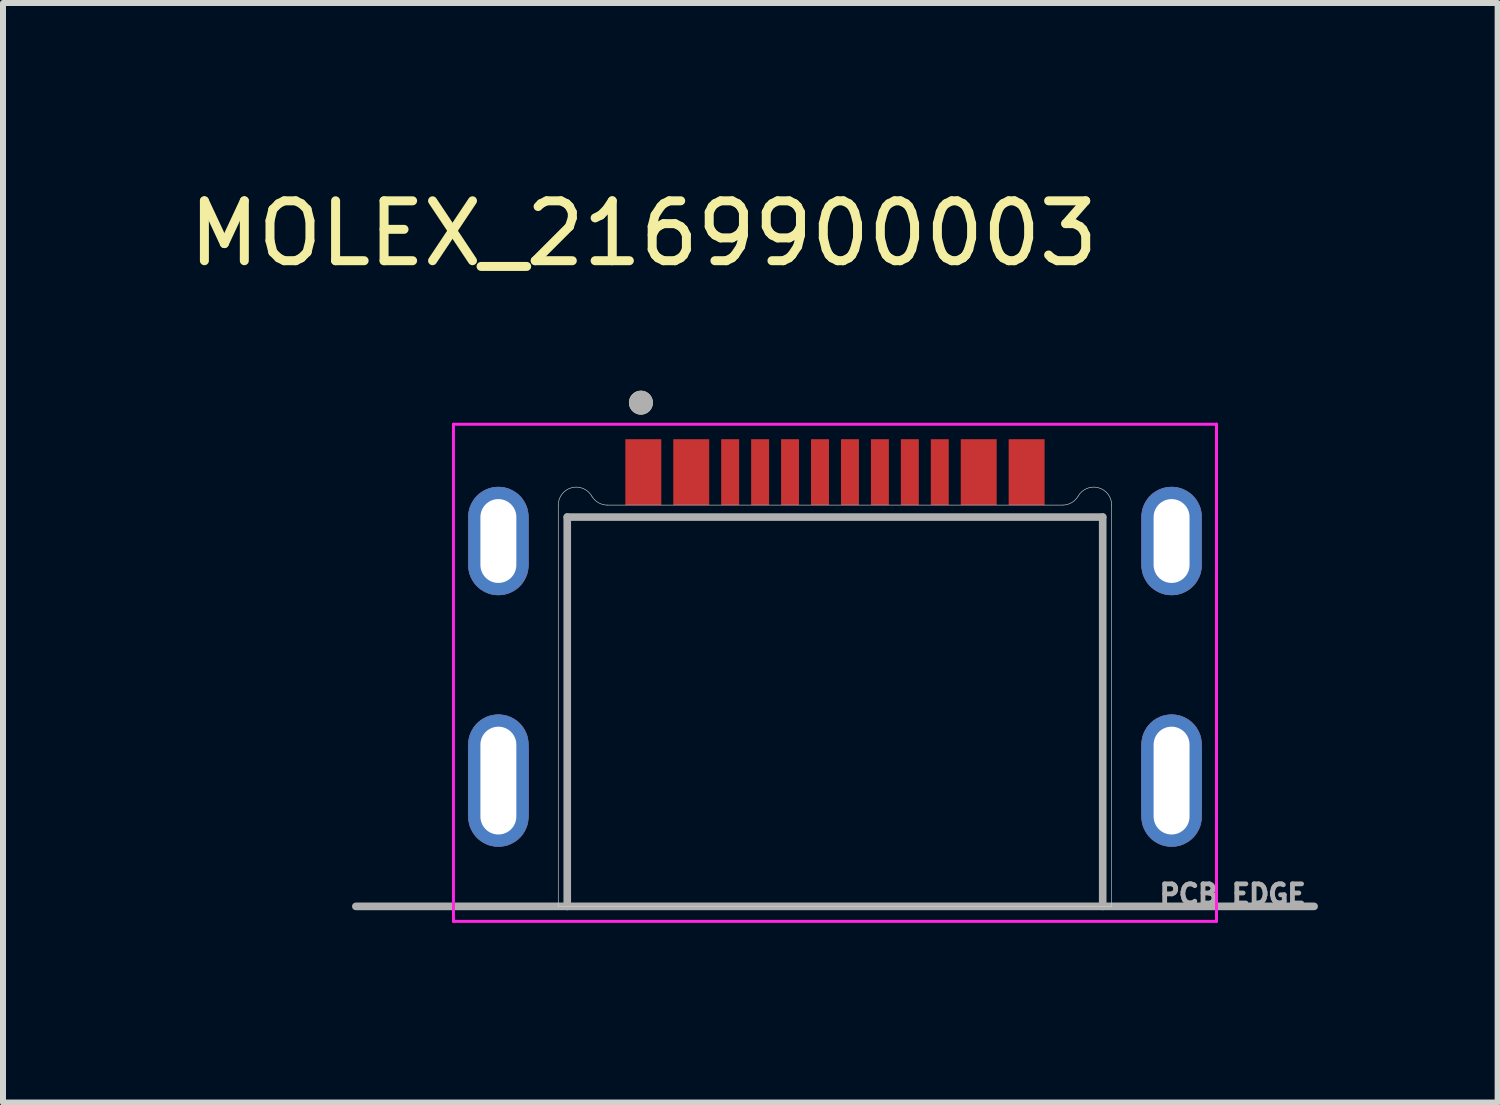
<source format=kicad_pcb>
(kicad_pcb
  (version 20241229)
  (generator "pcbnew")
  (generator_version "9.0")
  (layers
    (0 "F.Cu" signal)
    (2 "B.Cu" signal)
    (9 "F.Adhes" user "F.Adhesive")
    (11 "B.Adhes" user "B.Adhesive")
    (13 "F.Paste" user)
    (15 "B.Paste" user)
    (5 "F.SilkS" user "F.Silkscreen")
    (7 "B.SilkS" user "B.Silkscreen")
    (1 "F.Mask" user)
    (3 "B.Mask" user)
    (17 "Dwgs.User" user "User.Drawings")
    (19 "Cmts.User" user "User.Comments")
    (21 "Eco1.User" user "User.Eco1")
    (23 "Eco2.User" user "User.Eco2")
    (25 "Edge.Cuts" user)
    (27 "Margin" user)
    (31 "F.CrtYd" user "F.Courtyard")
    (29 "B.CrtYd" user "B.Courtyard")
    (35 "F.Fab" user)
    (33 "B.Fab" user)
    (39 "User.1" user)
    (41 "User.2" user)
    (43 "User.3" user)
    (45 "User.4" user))
  (footprint "MOLEX_2169900003"
    (layer "F.Cu")
    (at 10.891 9.983)
    (property "Reference" "MOLEX_2169900003" (at -3.195 -9.135 0) (layer "F.SilkS") (effects (font (size 1 1) (thickness 0.15))))
    (attr smd)
    (fp_poly (pts (xy -6.12 -0.6) (xy -6.12 0.6) (xy -6.117 0.652) (xy -6.109 0.704) (xy -6.096 0.755) (xy -6.077 0.803) (xy -6.053 0.85) (xy -6.025 0.894) (xy -5.992 0.935) (xy -5.955 0.972) (xy -5.914 1.005) (xy -5.87 1.033) (xy -5.823 1.057) (xy -5.775 1.076) (xy -5.724 1.089) (xy -5.672 1.097) (xy -5.62 1.1) (xy -5.568 1.097) (xy -5.516 1.089) (xy -5.465 1.076) (xy -5.417 1.057) (xy -5.37 1.033) (xy -5.326 1.005) (xy -5.285 0.972) (xy -5.248 0.935) (xy -5.215 0.894) (xy -5.187 0.85) (xy -5.163 0.803) (xy -5.144 0.755) (xy -5.131 0.704) (xy -5.123 0.652) (xy -5.12 0.6) (xy -5.12 -0.6) (xy -5.123 -0.652) (xy -5.131 -0.704) (xy -5.144 -0.755) (xy -5.163 -0.803) (xy -5.187 -0.85) (xy -5.215 -0.894) (xy -5.248 -0.935) (xy -5.285 -0.972) (xy -5.326 -1.005) (xy -5.37 -1.033) (xy -5.417 -1.057) (xy -5.465 -1.076) (xy -5.516 -1.089) (xy -5.568 -1.097) (xy -5.62 -1.1) (xy -5.672 -1.097) (xy -5.724 -1.089) (xy -5.775 -1.076) (xy -5.823 -1.057) (xy -5.87 -1.033) (xy -5.914 -1.005) (xy -5.955 -0.972) (xy -5.992 -0.935) (xy -6.025 -0.894) (xy -6.053 -0.85) (xy -6.077 -0.803) (xy -6.096 -0.755) (xy -6.109 -0.704) (xy -6.117 -0.652) (xy -6.12 -0.6)) (stroke (width 0.01) (type solid)) (fill yes) (layer "F.Cu"))
    (fp_poly (pts (xy -5.12 -3.6) (xy -5.123 -3.548) (xy -5.131 -3.496) (xy -5.144 -3.445) (xy -5.163 -3.397) (xy -5.187 -3.35) (xy -5.215 -3.306) (xy -5.248 -3.265) (xy -5.285 -3.228) (xy -5.326 -3.195) (xy -5.37 -3.167) (xy -5.417 -3.143) (xy -5.465 -3.124) (xy -5.516 -3.111) (xy -5.568 -3.103) (xy -5.62 -3.1) (xy -5.672 -3.103) (xy -5.724 -3.111) (xy -5.775 -3.124) (xy -5.823 -3.143) (xy -5.87 -3.167) (xy -5.914 -3.195) (xy -5.955 -3.228) (xy -5.992 -3.265) (xy -6.025 -3.306) (xy -6.053 -3.35) (xy -6.077 -3.397) (xy -6.096 -3.445) (xy -6.109 -3.496) (xy -6.117 -3.548) (xy -6.12 -3.6) (xy -6.12 -4.4) (xy -6.117 -4.452) (xy -6.109 -4.504) (xy -6.096 -4.555) (xy -6.077 -4.603) (xy -6.053 -4.65) (xy -6.025 -4.694) (xy -5.992 -4.735) (xy -5.955 -4.772) (xy -5.914 -4.805) (xy -5.87 -4.833) (xy -5.823 -4.857) (xy -5.775 -4.876) (xy -5.724 -4.889) (xy -5.672 -4.897) (xy -5.62 -4.9) (xy -5.568 -4.897) (xy -5.516 -4.889) (xy -5.465 -4.876) (xy -5.417 -4.857) (xy -5.37 -4.833) (xy -5.326 -4.805) (xy -5.285 -4.772) (xy -5.248 -4.735) (xy -5.215 -4.694) (xy -5.187 -4.65) (xy -5.163 -4.603) (xy -5.144 -4.555) (xy -5.131 -4.504) (xy -5.123 -4.452) (xy -5.12 -4.4) (xy -5.12 -3.6)) (stroke (width 0.01) (type solid)) (fill yes) (layer "F.Cu"))
    (fp_poly (pts (xy 5.12 -4.4) (xy 5.12 -3.6) (xy 5.123 -3.548) (xy 5.131 -3.496) (xy 5.144 -3.445) (xy 5.163 -3.397) (xy 5.187 -3.35) (xy 5.215 -3.306) (xy 5.248 -3.265) (xy 5.285 -3.228) (xy 5.326 -3.195) (xy 5.37 -3.167) (xy 5.417 -3.143) (xy 5.465 -3.124) (xy 5.516 -3.111) (xy 5.568 -3.103) (xy 5.62 -3.1) (xy 5.672 -3.103) (xy 5.724 -3.111) (xy 5.775 -3.124) (xy 5.823 -3.143) (xy 5.87 -3.167) (xy 5.914 -3.195) (xy 5.955 -3.228) (xy 5.992 -3.265) (xy 6.025 -3.306) (xy 6.053 -3.35) (xy 6.077 -3.397) (xy 6.096 -3.445) (xy 6.109 -3.496) (xy 6.117 -3.548) (xy 6.12 -3.6) (xy 6.12 -4.4) (xy 6.117 -4.452) (xy 6.109 -4.504) (xy 6.096 -4.555) (xy 6.077 -4.603) (xy 6.053 -4.65) (xy 6.025 -4.694) (xy 5.992 -4.735) (xy 5.955 -4.772) (xy 5.914 -4.805) (xy 5.87 -4.833) (xy 5.823 -4.857) (xy 5.775 -4.876) (xy 5.724 -4.889) (xy 5.672 -4.897) (xy 5.62 -4.9) (xy 5.568 -4.897) (xy 5.516 -4.889) (xy 5.465 -4.876) (xy 5.417 -4.857) (xy 5.37 -4.833) (xy 5.326 -4.805) (xy 5.285 -4.772) (xy 5.248 -4.735) (xy 5.215 -4.694) (xy 5.187 -4.65) (xy 5.163 -4.603) (xy 5.144 -4.555) (xy 5.131 -4.504) (xy 5.123 -4.452) (xy 5.12 -4.4)) (stroke (width 0.01) (type solid)) (fill yes) (layer "F.Cu"))
    (fp_poly (pts (xy 5.12 -0.6) (xy 5.12 0.6) (xy 5.123 0.652) (xy 5.131 0.704) (xy 5.144 0.755) (xy 5.163 0.803) (xy 5.187 0.85) (xy 5.215 0.894) (xy 5.248 0.935) (xy 5.285 0.972) (xy 5.326 1.005) (xy 5.37 1.033) (xy 5.417 1.057) (xy 5.465 1.076) (xy 5.516 1.089) (xy 5.568 1.097) (xy 5.62 1.1) (xy 5.672 1.097) (xy 5.724 1.089) (xy 5.775 1.076) (xy 5.823 1.057) (xy 5.87 1.033) (xy 5.914 1.005) (xy 5.955 0.972) (xy 5.992 0.935) (xy 6.025 0.894) (xy 6.053 0.85) (xy 6.077 0.803) (xy 6.096 0.755) (xy 6.109 0.704) (xy 6.117 0.652) (xy 6.12 0.6) (xy 6.12 -0.6) (xy 6.117 -0.652) (xy 6.109 -0.704) (xy 6.096 -0.755) (xy 6.077 -0.803) (xy 6.053 -0.85) (xy 6.025 -0.894) (xy 5.992 -0.935) (xy 5.955 -0.972) (xy 5.914 -1.005) (xy 5.87 -1.033) (xy 5.823 -1.057) (xy 5.775 -1.076) (xy 5.724 -1.089) (xy 5.672 -1.097) (xy 5.62 -1.1) (xy 5.568 -1.097) (xy 5.516 -1.089) (xy 5.465 -1.076) (xy 5.417 -1.057) (xy 5.37 -1.033) (xy 5.326 -1.005) (xy 5.285 -0.972) (xy 5.248 -0.935) (xy 5.215 -0.894) (xy 5.187 -0.85) (xy 5.163 -0.803) (xy 5.144 -0.755) (xy 5.131 -0.704) (xy 5.123 -0.652) (xy 5.12 -0.6)) (stroke (width 0.01) (type solid)) (fill yes) (layer "F.Cu"))
    (fp_poly (pts (xy -6.22 -4.4) (xy -6.22 -3.6) (xy -6.217 -3.537) (xy -6.207 -3.475) (xy -6.191 -3.415) (xy -6.168 -3.356) (xy -6.14 -3.3) (xy -6.105 -3.247) (xy -6.066 -3.199) (xy -6.021 -3.154) (xy -5.973 -3.115) (xy -5.92 -3.08) (xy -5.864 -3.052) (xy -5.805 -3.029) (xy -5.745 -3.013) (xy -5.683 -3.003) (xy -5.62 -3) (xy -5.557 -3.003) (xy -5.495 -3.013) (xy -5.435 -3.029) (xy -5.376 -3.052) (xy -5.32 -3.08) (xy -5.267 -3.115) (xy -5.219 -3.154) (xy -5.174 -3.199) (xy -5.135 -3.247) (xy -5.1 -3.3) (xy -5.072 -3.356) (xy -5.049 -3.415) (xy -5.033 -3.475) (xy -5.023 -3.537) (xy -5.02 -3.6) (xy -5.02 -4.4) (xy -5.023 -4.463) (xy -5.033 -4.525) (xy -5.049 -4.585) (xy -5.072 -4.644) (xy -5.1 -4.7) (xy -5.135 -4.753) (xy -5.174 -4.801) (xy -5.219 -4.846) (xy -5.267 -4.885) (xy -5.32 -4.92) (xy -5.376 -4.948) (xy -5.435 -4.971) (xy -5.495 -4.987) (xy -5.557 -4.997) (xy -5.62 -5) (xy -5.683 -4.997) (xy -5.745 -4.987) (xy -5.805 -4.971) (xy -5.864 -4.948) (xy -5.92 -4.92) (xy -5.973 -4.885) (xy -6.021 -4.846) (xy -6.066 -4.801) (xy -6.105 -4.753) (xy -6.14 -4.7) (xy -6.168 -4.644) (xy -6.191 -4.585) (xy -6.207 -4.525) (xy -6.217 -4.463) (xy -6.22 -4.4)) (stroke (width 0.01) (type solid)) (fill yes) (layer "F.Mask"))
    (fp_poly (pts (xy -5.02 0.6) (xy -5.023 0.663) (xy -5.033 0.725) (xy -5.049 0.785) (xy -5.072 0.844) (xy -5.1 0.9) (xy -5.135 0.953) (xy -5.174 1.001) (xy -5.219 1.046) (xy -5.267 1.085) (xy -5.32 1.12) (xy -5.376 1.148) (xy -5.435 1.171) (xy -5.495 1.187) (xy -5.557 1.197) (xy -5.62 1.2) (xy -5.683 1.197) (xy -5.745 1.187) (xy -5.805 1.171) (xy -5.864 1.148) (xy -5.92 1.12) (xy -5.973 1.085) (xy -6.021 1.046) (xy -6.066 1.001) (xy -6.105 0.953) (xy -6.14 0.9) (xy -6.168 0.844) (xy -6.191 0.785) (xy -6.207 0.725) (xy -6.217 0.663) (xy -6.22 0.6) (xy -6.22 -0.6) (xy -6.217 -0.663) (xy -6.207 -0.725) (xy -6.191 -0.785) (xy -6.168 -0.844) (xy -6.14 -0.9) (xy -6.105 -0.953) (xy -6.066 -1.001) (xy -6.021 -1.046) (xy -5.973 -1.085) (xy -5.92 -1.12) (xy -5.864 -1.148) (xy -5.805 -1.171) (xy -5.745 -1.187) (xy -5.683 -1.197) (xy -5.62 -1.2) (xy -5.557 -1.197) (xy -5.495 -1.187) (xy -5.435 -1.171) (xy -5.376 -1.148) (xy -5.32 -1.12) (xy -5.267 -1.085) (xy -5.219 -1.046) (xy -5.174 -1.001) (xy -5.135 -0.953) (xy -5.1 -0.9) (xy -5.072 -0.844) (xy -5.049 -0.785) (xy -5.033 -0.725) (xy -5.023 -0.663) (xy -5.02 -0.6) (xy -5.02 0.6)) (stroke (width 0.01) (type solid)) (fill yes) (layer "F.Mask"))
    (fp_poly (pts (xy 5.02 -0.6) (xy 5.02 0.6) (xy 5.023 0.663) (xy 5.033 0.725) (xy 5.049 0.785) (xy 5.072 0.844) (xy 5.1 0.9) (xy 5.135 0.953) (xy 5.174 1.001) (xy 5.219 1.046) (xy 5.267 1.085) (xy 5.32 1.12) (xy 5.376 1.148) (xy 5.435 1.171) (xy 5.495 1.187) (xy 5.557 1.197) (xy 5.62 1.2) (xy 5.683 1.197) (xy 5.745 1.187) (xy 5.805 1.171) (xy 5.864 1.148) (xy 5.92 1.12) (xy 5.973 1.085) (xy 6.021 1.046) (xy 6.066 1.001) (xy 6.105 0.953) (xy 6.14 0.9) (xy 6.168 0.844) (xy 6.191 0.785) (xy 6.207 0.725) (xy 6.217 0.663) (xy 6.22 0.6) (xy 6.22 -0.6) (xy 6.217 -0.663) (xy 6.207 -0.725) (xy 6.191 -0.785) (xy 6.168 -0.844) (xy 6.14 -0.9) (xy 6.105 -0.953) (xy 6.066 -1.001) (xy 6.021 -1.046) (xy 5.973 -1.085) (xy 5.92 -1.12) (xy 5.864 -1.148) (xy 5.805 -1.171) (xy 5.745 -1.187) (xy 5.683 -1.197) (xy 5.62 -1.2) (xy 5.557 -1.197) (xy 5.495 -1.187) (xy 5.435 -1.171) (xy 5.376 -1.148) (xy 5.32 -1.12) (xy 5.267 -1.085) (xy 5.219 -1.046) (xy 5.174 -1.001) (xy 5.135 -0.953) (xy 5.1 -0.9) (xy 5.072 -0.844) (xy 5.049 -0.785) (xy 5.033 -0.725) (xy 5.023 -0.663) (xy 5.02 -0.6)) (stroke (width 0.01) (type solid)) (fill yes) (layer "F.Mask"))
    (fp_poly (pts (xy 6.22 -3.6) (xy 6.217 -3.537) (xy 6.207 -3.475) (xy 6.191 -3.415) (xy 6.168 -3.356) (xy 6.14 -3.3) (xy 6.105 -3.247) (xy 6.066 -3.199) (xy 6.021 -3.154) (xy 5.973 -3.115) (xy 5.92 -3.08) (xy 5.864 -3.052) (xy 5.805 -3.029) (xy 5.745 -3.013) (xy 5.683 -3.003) (xy 5.62 -3) (xy 5.557 -3.003) (xy 5.495 -3.013) (xy 5.435 -3.029) (xy 5.376 -3.052) (xy 5.32 -3.08) (xy 5.267 -3.115) (xy 5.219 -3.154) (xy 5.174 -3.199) (xy 5.135 -3.247) (xy 5.1 -3.3) (xy 5.072 -3.356) (xy 5.049 -3.415) (xy 5.033 -3.475) (xy 5.023 -3.537) (xy 5.02 -3.6) (xy 5.02 -4.4) (xy 5.023 -4.463) (xy 5.033 -4.525) (xy 5.049 -4.585) (xy 5.072 -4.644) (xy 5.1 -4.7) (xy 5.135 -4.753) (xy 5.174 -4.801) (xy 5.219 -4.846) (xy 5.267 -4.885) (xy 5.32 -4.92) (xy 5.376 -4.948) (xy 5.435 -4.971) (xy 5.495 -4.987) (xy 5.557 -4.997) (xy 5.62 -5) (xy 5.683 -4.997) (xy 5.745 -4.987) (xy 5.805 -4.971) (xy 5.864 -4.948) (xy 5.92 -4.92) (xy 5.973 -4.885) (xy 6.021 -4.846) (xy 6.066 -4.801) (xy 6.105 -4.753) (xy 6.14 -4.7) (xy 6.168 -4.644) (xy 6.191 -4.585) (xy 6.207 -4.525) (xy 6.217 -4.463) (xy 6.22 -4.4) (xy 6.22 -3.6)) (stroke (width 0.01) (type solid)) (fill yes) (layer "F.Mask"))
    (fp_poly (pts (xy -6.12 -0.6) (xy -6.12 0.6) (xy -6.117 0.652) (xy -6.109 0.704) (xy -6.096 0.755) (xy -6.077 0.803) (xy -6.053 0.85) (xy -6.025 0.894) (xy -5.992 0.935) (xy -5.955 0.972) (xy -5.914 1.005) (xy -5.87 1.033) (xy -5.823 1.057) (xy -5.775 1.076) (xy -5.724 1.089) (xy -5.672 1.097) (xy -5.62 1.1) (xy -5.568 1.097) (xy -5.516 1.089) (xy -5.465 1.076) (xy -5.417 1.057) (xy -5.37 1.033) (xy -5.326 1.005) (xy -5.285 0.972) (xy -5.248 0.935) (xy -5.215 0.894) (xy -5.187 0.85) (xy -5.163 0.803) (xy -5.144 0.755) (xy -5.131 0.704) (xy -5.123 0.652) (xy -5.12 0.6) (xy -5.12 -0.6) (xy -5.123 -0.652) (xy -5.131 -0.704) (xy -5.144 -0.755) (xy -5.163 -0.803) (xy -5.187 -0.85) (xy -5.215 -0.894) (xy -5.248 -0.935) (xy -5.285 -0.972) (xy -5.326 -1.005) (xy -5.37 -1.033) (xy -5.417 -1.057) (xy -5.465 -1.076) (xy -5.516 -1.089) (xy -5.568 -1.097) (xy -5.62 -1.1) (xy -5.672 -1.097) (xy -5.724 -1.089) (xy -5.775 -1.076) (xy -5.823 -1.057) (xy -5.87 -1.033) (xy -5.914 -1.005) (xy -5.955 -0.972) (xy -5.992 -0.935) (xy -6.025 -0.894) (xy -6.053 -0.85) (xy -6.077 -0.803) (xy -6.096 -0.755) (xy -6.109 -0.704) (xy -6.117 -0.652) (xy -6.12 -0.6)) (stroke (width 0.01) (type solid)) (fill yes) (layer "B.Cu"))
    (fp_poly (pts (xy -5.12 -3.6) (xy -5.123 -3.548) (xy -5.131 -3.496) (xy -5.144 -3.445) (xy -5.163 -3.397) (xy -5.187 -3.35) (xy -5.215 -3.306) (xy -5.248 -3.265) (xy -5.285 -3.228) (xy -5.326 -3.195) (xy -5.37 -3.167) (xy -5.417 -3.143) (xy -5.465 -3.124) (xy -5.516 -3.111) (xy -5.568 -3.103) (xy -5.62 -3.1) (xy -5.672 -3.103) (xy -5.724 -3.111) (xy -5.775 -3.124) (xy -5.823 -3.143) (xy -5.87 -3.167) (xy -5.914 -3.195) (xy -5.955 -3.228) (xy -5.992 -3.265) (xy -6.025 -3.306) (xy -6.053 -3.35) (xy -6.077 -3.397) (xy -6.096 -3.445) (xy -6.109 -3.496) (xy -6.117 -3.548) (xy -6.12 -3.6) (xy -6.12 -4.4) (xy -6.117 -4.452) (xy -6.109 -4.504) (xy -6.096 -4.555) (xy -6.077 -4.603) (xy -6.053 -4.65) (xy -6.025 -4.694) (xy -5.992 -4.735) (xy -5.955 -4.772) (xy -5.914 -4.805) (xy -5.87 -4.833) (xy -5.823 -4.857) (xy -5.775 -4.876) (xy -5.724 -4.889) (xy -5.672 -4.897) (xy -5.62 -4.9) (xy -5.568 -4.897) (xy -5.516 -4.889) (xy -5.465 -4.876) (xy -5.417 -4.857) (xy -5.37 -4.833) (xy -5.326 -4.805) (xy -5.285 -4.772) (xy -5.248 -4.735) (xy -5.215 -4.694) (xy -5.187 -4.65) (xy -5.163 -4.603) (xy -5.144 -4.555) (xy -5.131 -4.504) (xy -5.123 -4.452) (xy -5.12 -4.4) (xy -5.12 -3.6)) (stroke (width 0.01) (type solid)) (fill yes) (layer "B.Cu"))
    (fp_poly (pts (xy 5.12 -4.4) (xy 5.12 -3.6) (xy 5.123 -3.548) (xy 5.131 -3.496) (xy 5.144 -3.445) (xy 5.163 -3.397) (xy 5.187 -3.35) (xy 5.215 -3.306) (xy 5.248 -3.265) (xy 5.285 -3.228) (xy 5.326 -3.195) (xy 5.37 -3.167) (xy 5.417 -3.143) (xy 5.465 -3.124) (xy 5.516 -3.111) (xy 5.568 -3.103) (xy 5.62 -3.1) (xy 5.672 -3.103) (xy 5.724 -3.111) (xy 5.775 -3.124) (xy 5.823 -3.143) (xy 5.87 -3.167) (xy 5.914 -3.195) (xy 5.955 -3.228) (xy 5.992 -3.265) (xy 6.025 -3.306) (xy 6.053 -3.35) (xy 6.077 -3.397) (xy 6.096 -3.445) (xy 6.109 -3.496) (xy 6.117 -3.548) (xy 6.12 -3.6) (xy 6.12 -4.4) (xy 6.117 -4.452) (xy 6.109 -4.504) (xy 6.096 -4.555) (xy 6.077 -4.603) (xy 6.053 -4.65) (xy 6.025 -4.694) (xy 5.992 -4.735) (xy 5.955 -4.772) (xy 5.914 -4.805) (xy 5.87 -4.833) (xy 5.823 -4.857) (xy 5.775 -4.876) (xy 5.724 -4.889) (xy 5.672 -4.897) (xy 5.62 -4.9) (xy 5.568 -4.897) (xy 5.516 -4.889) (xy 5.465 -4.876) (xy 5.417 -4.857) (xy 5.37 -4.833) (xy 5.326 -4.805) (xy 5.285 -4.772) (xy 5.248 -4.735) (xy 5.215 -4.694) (xy 5.187 -4.65) (xy 5.163 -4.603) (xy 5.144 -4.555) (xy 5.131 -4.504) (xy 5.123 -4.452) (xy 5.12 -4.4)) (stroke (width 0.01) (type solid)) (fill yes) (layer "B.Cu"))
    (fp_poly (pts (xy 5.12 -0.6) (xy 5.12 0.6) (xy 5.123 0.652) (xy 5.131 0.704) (xy 5.144 0.755) (xy 5.163 0.803) (xy 5.187 0.85) (xy 5.215 0.894) (xy 5.248 0.935) (xy 5.285 0.972) (xy 5.326 1.005) (xy 5.37 1.033) (xy 5.417 1.057) (xy 5.465 1.076) (xy 5.516 1.089) (xy 5.568 1.097) (xy 5.62 1.1) (xy 5.672 1.097) (xy 5.724 1.089) (xy 5.775 1.076) (xy 5.823 1.057) (xy 5.87 1.033) (xy 5.914 1.005) (xy 5.955 0.972) (xy 5.992 0.935) (xy 6.025 0.894) (xy 6.053 0.85) (xy 6.077 0.803) (xy 6.096 0.755) (xy 6.109 0.704) (xy 6.117 0.652) (xy 6.12 0.6) (xy 6.12 -0.6) (xy 6.117 -0.652) (xy 6.109 -0.704) (xy 6.096 -0.755) (xy 6.077 -0.803) (xy 6.053 -0.85) (xy 6.025 -0.894) (xy 5.992 -0.935) (xy 5.955 -0.972) (xy 5.914 -1.005) (xy 5.87 -1.033) (xy 5.823 -1.057) (xy 5.775 -1.076) (xy 5.724 -1.089) (xy 5.672 -1.097) (xy 5.62 -1.1) (xy 5.568 -1.097) (xy 5.516 -1.089) (xy 5.465 -1.076) (xy 5.417 -1.057) (xy 5.37 -1.033) (xy 5.326 -1.005) (xy 5.285 -0.972) (xy 5.248 -0.935) (xy 5.215 -0.894) (xy 5.187 -0.85) (xy 5.163 -0.803) (xy 5.144 -0.755) (xy 5.131 -0.704) (xy 5.123 -0.652) (xy 5.12 -0.6)) (stroke (width 0.01) (type solid)) (fill yes) (layer "B.Cu"))
    (fp_poly (pts (xy -6.22 -4.4) (xy -6.22 -3.6) (xy -6.217 -3.537) (xy -6.207 -3.475) (xy -6.191 -3.415) (xy -6.168 -3.356) (xy -6.14 -3.3) (xy -6.105 -3.247) (xy -6.066 -3.199) (xy -6.021 -3.154) (xy -5.973 -3.115) (xy -5.92 -3.08) (xy -5.864 -3.052) (xy -5.805 -3.029) (xy -5.745 -3.013) (xy -5.683 -3.003) (xy -5.62 -3) (xy -5.557 -3.003) (xy -5.495 -3.013) (xy -5.435 -3.029) (xy -5.376 -3.052) (xy -5.32 -3.08) (xy -5.267 -3.115) (xy -5.219 -3.154) (xy -5.174 -3.199) (xy -5.135 -3.247) (xy -5.1 -3.3) (xy -5.072 -3.356) (xy -5.049 -3.415) (xy -5.033 -3.475) (xy -5.023 -3.537) (xy -5.02 -3.6) (xy -5.02 -4.4) (xy -5.023 -4.463) (xy -5.033 -4.525) (xy -5.049 -4.585) (xy -5.072 -4.644) (xy -5.1 -4.7) (xy -5.135 -4.753) (xy -5.174 -4.801) (xy -5.219 -4.846) (xy -5.267 -4.885) (xy -5.32 -4.92) (xy -5.376 -4.948) (xy -5.435 -4.971) (xy -5.495 -4.987) (xy -5.557 -4.997) (xy -5.62 -5) (xy -5.683 -4.997) (xy -5.745 -4.987) (xy -5.805 -4.971) (xy -5.864 -4.948) (xy -5.92 -4.92) (xy -5.973 -4.885) (xy -6.021 -4.846) (xy -6.066 -4.801) (xy -6.105 -4.753) (xy -6.14 -4.7) (xy -6.168 -4.644) (xy -6.191 -4.585) (xy -6.207 -4.525) (xy -6.217 -4.463) (xy -6.22 -4.4)) (stroke (width 0.01) (type solid)) (fill yes) (layer "B.Mask"))
    (fp_poly (pts (xy -5.02 0.6) (xy -5.023 0.663) (xy -5.033 0.725) (xy -5.049 0.785) (xy -5.072 0.844) (xy -5.1 0.9) (xy -5.135 0.953) (xy -5.174 1.001) (xy -5.219 1.046) (xy -5.267 1.085) (xy -5.32 1.12) (xy -5.376 1.148) (xy -5.435 1.171) (xy -5.495 1.187) (xy -5.557 1.197) (xy -5.62 1.2) (xy -5.683 1.197) (xy -5.745 1.187) (xy -5.805 1.171) (xy -5.864 1.148) (xy -5.92 1.12) (xy -5.973 1.085) (xy -6.021 1.046) (xy -6.066 1.001) (xy -6.105 0.953) (xy -6.14 0.9) (xy -6.168 0.844) (xy -6.191 0.785) (xy -6.207 0.725) (xy -6.217 0.663) (xy -6.22 0.6) (xy -6.22 -0.6) (xy -6.217 -0.663) (xy -6.207 -0.725) (xy -6.191 -0.785) (xy -6.168 -0.844) (xy -6.14 -0.9) (xy -6.105 -0.953) (xy -6.066 -1.001) (xy -6.021 -1.046) (xy -5.973 -1.085) (xy -5.92 -1.12) (xy -5.864 -1.148) (xy -5.805 -1.171) (xy -5.745 -1.187) (xy -5.683 -1.197) (xy -5.62 -1.2) (xy -5.557 -1.197) (xy -5.495 -1.187) (xy -5.435 -1.171) (xy -5.376 -1.148) (xy -5.32 -1.12) (xy -5.267 -1.085) (xy -5.219 -1.046) (xy -5.174 -1.001) (xy -5.135 -0.953) (xy -5.1 -0.9) (xy -5.072 -0.844) (xy -5.049 -0.785) (xy -5.033 -0.725) (xy -5.023 -0.663) (xy -5.02 -0.6) (xy -5.02 0.6)) (stroke (width 0.01) (type solid)) (fill yes) (layer "B.Mask"))
    (fp_poly (pts (xy 5.02 -0.6) (xy 5.02 0.6) (xy 5.023 0.663) (xy 5.033 0.725) (xy 5.049 0.785) (xy 5.072 0.844) (xy 5.1 0.9) (xy 5.135 0.953) (xy 5.174 1.001) (xy 5.219 1.046) (xy 5.267 1.085) (xy 5.32 1.12) (xy 5.376 1.148) (xy 5.435 1.171) (xy 5.495 1.187) (xy 5.557 1.197) (xy 5.62 1.2) (xy 5.683 1.197) (xy 5.745 1.187) (xy 5.805 1.171) (xy 5.864 1.148) (xy 5.92 1.12) (xy 5.973 1.085) (xy 6.021 1.046) (xy 6.066 1.001) (xy 6.105 0.953) (xy 6.14 0.9) (xy 6.168 0.844) (xy 6.191 0.785) (xy 6.207 0.725) (xy 6.217 0.663) (xy 6.22 0.6) (xy 6.22 -0.6) (xy 6.217 -0.663) (xy 6.207 -0.725) (xy 6.191 -0.785) (xy 6.168 -0.844) (xy 6.14 -0.9) (xy 6.105 -0.953) (xy 6.066 -1.001) (xy 6.021 -1.046) (xy 5.973 -1.085) (xy 5.92 -1.12) (xy 5.864 -1.148) (xy 5.805 -1.171) (xy 5.745 -1.187) (xy 5.683 -1.197) (xy 5.62 -1.2) (xy 5.557 -1.197) (xy 5.495 -1.187) (xy 5.435 -1.171) (xy 5.376 -1.148) (xy 5.32 -1.12) (xy 5.267 -1.085) (xy 5.219 -1.046) (xy 5.174 -1.001) (xy 5.135 -0.953) (xy 5.1 -0.9) (xy 5.072 -0.844) (xy 5.049 -0.785) (xy 5.033 -0.725) (xy 5.023 -0.663) (xy 5.02 -0.6)) (stroke (width 0.01) (type solid)) (fill yes) (layer "B.Mask"))
    (fp_poly (pts (xy 6.22 -3.6) (xy 6.217 -3.537) (xy 6.207 -3.475) (xy 6.191 -3.415) (xy 6.168 -3.356) (xy 6.14 -3.3) (xy 6.105 -3.247) (xy 6.066 -3.199) (xy 6.021 -3.154) (xy 5.973 -3.115) (xy 5.92 -3.08) (xy 5.864 -3.052) (xy 5.805 -3.029) (xy 5.745 -3.013) (xy 5.683 -3.003) (xy 5.62 -3) (xy 5.557 -3.003) (xy 5.495 -3.013) (xy 5.435 -3.029) (xy 5.376 -3.052) (xy 5.32 -3.08) (xy 5.267 -3.115) (xy 5.219 -3.154) (xy 5.174 -3.199) (xy 5.135 -3.247) (xy 5.1 -3.3) (xy 5.072 -3.356) (xy 5.049 -3.415) (xy 5.033 -3.475) (xy 5.023 -3.537) (xy 5.02 -3.6) (xy 5.02 -4.4) (xy 5.023 -4.463) (xy 5.033 -4.525) (xy 5.049 -4.585) (xy 5.072 -4.644) (xy 5.1 -4.7) (xy 5.135 -4.753) (xy 5.174 -4.801) (xy 5.219 -4.846) (xy 5.267 -4.885) (xy 5.32 -4.92) (xy 5.376 -4.948) (xy 5.435 -4.971) (xy 5.495 -4.987) (xy 5.557 -4.997) (xy 5.62 -5) (xy 5.683 -4.997) (xy 5.745 -4.987) (xy 5.805 -4.971) (xy 5.864 -4.948) (xy 5.92 -4.92) (xy 5.973 -4.885) (xy 6.021 -4.846) (xy 6.066 -4.801) (xy 6.105 -4.753) (xy 6.14 -4.7) (xy 6.168 -4.644) (xy 6.191 -4.585) (xy 6.207 -4.525) (xy 6.217 -4.463) (xy 6.22 -4.4) (xy 6.22 -3.6)) (stroke (width 0.01) (type solid)) (fill yes) (layer "B.Mask"))
    (fp_circle (center -3.24 -6.31) (end -3.14 -6.31) (stroke (width 0.2) (type solid)) (fill no) (layer "F.SilkS"))
    (fp_line (start -4.62 2.1) (end -4.62 -4.6) (stroke (width 0.01) (type solid)) (layer "Edge.Cuts"))
    (fp_line (start -4.62 2.1) (end 4.62 2.1) (stroke (width 0.01) (type solid)) (layer "Edge.Cuts"))
    (fp_line (start -3.8 -4.6) (end 3.8 -4.6) (stroke (width 0.01) (type solid)) (layer "Edge.Cuts"))
    (fp_line (start 4.62 2.1) (end 4.62 -4.6) (stroke (width 0.01) (type solid)) (layer "Edge.Cuts"))
    (fp_arc (start -4.62 -4.6) (mid -4.397645 -4.889779) (end -4.060191 -4.750001) (stroke (width 0.01) (type solid)) (layer "Edge.Cuts"))
    (fp_arc (start -3.80038 -4.6) (mid -3.950382 -4.640191) (end -4.060191 -4.75) (stroke (width 0.01) (type solid)) (layer "Edge.Cuts"))
    (fp_arc (start 4.06019 -4.75) (mid 3.950381 -4.640192) (end 3.80038 -4.6) (stroke (width 0.01) (type solid)) (layer "Edge.Cuts"))
    (fp_arc (start 4.06019 -4.75) (mid 4.397644 -4.889779) (end 4.62 -4.600001) (stroke (width 0.01) (type solid)) (layer "Edge.Cuts"))
    (fp_line (start -6.37 -5.95) (end -6.37 2.35) (stroke (width 0.05) (type solid)) (layer "F.CrtYd"))
    (fp_line (start -6.37 2.35) (end 6.37 2.35) (stroke (width 0.05) (type solid)) (layer "F.CrtYd"))
    (fp_line (start 6.37 -5.95) (end -6.37 -5.95) (stroke (width 0.05) (type solid)) (layer "F.CrtYd"))
    (fp_line (start 6.37 2.35) (end 6.37 -5.95) (stroke (width 0.05) (type solid)) (layer "F.CrtYd"))
    (fp_line (start -4.47 -4.4) (end 4.47 -4.4) (stroke (width 0.127) (type solid)) (layer "F.Fab"))
    (fp_line (start -4.47 2.1) (end -8 2.1) (stroke (width 0.127) (type solid)) (layer "F.Fab"))
    (fp_line (start -4.47 2.1) (end -4.47 -4.4) (stroke (width 0.127) (type solid)) (layer "F.Fab"))
    (fp_line (start -4.47 2.1) (end 4.47 2.1) (stroke (width 0.127) (type solid)) (layer "F.Fab"))
    (fp_line (start 4.47 -4.4) (end 4.47 2.1) (stroke (width 0.127) (type solid)) (layer "F.Fab"))
    (fp_line (start 4.47 2.1) (end 8 2.1) (stroke (width 0.127) (type solid)) (layer "F.Fab"))
    (fp_circle (center -3.24 -6.31) (end -3.14 -6.31) (stroke (width 0.2) (type solid)) (fill no) (layer "F.Fab"))
    (fp_text user "PCB EDGE" (at 6.64 1.9 0) (layer "F.Fab") (effects (font (size 0.32 0.32) (thickness 0.15))))
    (pad "A1_B12" smd rect (at -3.2 -5.15) (size 0.6 1.1) (layers "F.Cu" "F.Mask" "F.Paste"))
    (pad "A4_B9" smd rect (at -2.4 -5.15) (size 0.6 1.1) (layers "F.Cu" "F.Mask" "F.Paste"))
    (pad "A5" smd rect (at -1.25 -5.15) (size 0.3 1.1) (layers "F.Cu" "F.Mask" "F.Paste"))
    (pad "A6" smd rect (at -0.25 -5.15) (size 0.3 1.1) (layers "F.Cu" "F.Mask" "F.Paste"))
    (pad "A7" smd rect (at 0.25 -5.15) (size 0.3 1.1) (layers "F.Cu" "F.Mask" "F.Paste"))
    (pad "A8" smd rect (at 1.25 -5.15) (size 0.3 1.1) (layers "F.Cu" "F.Mask" "F.Paste"))
    (pad "B1_A12" smd rect (at 3.2 -5.15) (size 0.6 1.1) (layers "F.Cu" "F.Mask" "F.Paste"))
    (pad "B4_A9" smd rect (at 2.4 -5.15) (size 0.6 1.1) (layers "F.Cu" "F.Mask" "F.Paste"))
    (pad "B5" smd rect (at 1.75 -5.15) (size 0.3 1.1) (layers "F.Cu" "F.Mask" "F.Paste"))
    (pad "B6" smd rect (at 0.75 -5.15) (size 0.3 1.1) (layers "F.Cu" "F.Mask" "F.Paste"))
    (pad "B7" smd rect (at -0.75 -5.15) (size 0.3 1.1) (layers "F.Cu" "F.Mask" "F.Paste"))
    (pad "B8" smd rect (at -1.75 -5.15) (size 0.3 1.1) (layers "F.Cu" "F.Mask" "F.Paste"))
    (pad "S1" thru_hole oval (at -5.62 0) (size 1 2) (drill oval 0.6 1.8) (layers "*.Cu"))
    (pad "S2" thru_hole oval (at 5.62 0) (size 1 2) (drill oval 0.6 1.8) (layers "*.Cu"))
    (pad "S3" thru_hole oval (at -5.62 -4) (size 0.9 1.8) (drill oval 0.6 1.4) (layers "*.Cu"))
    (pad "S4" thru_hole oval (at 5.62 -4) (size 0.9 1.8) (drill oval 0.6 1.4) (layers "*.Cu")))
  (gr_rect
    (start -3 -3)
    (end 21.955 15.358)
    (stroke (width 0.1) (type default))
    (fill no)
    (layer "Edge.Cuts")))
</source>
